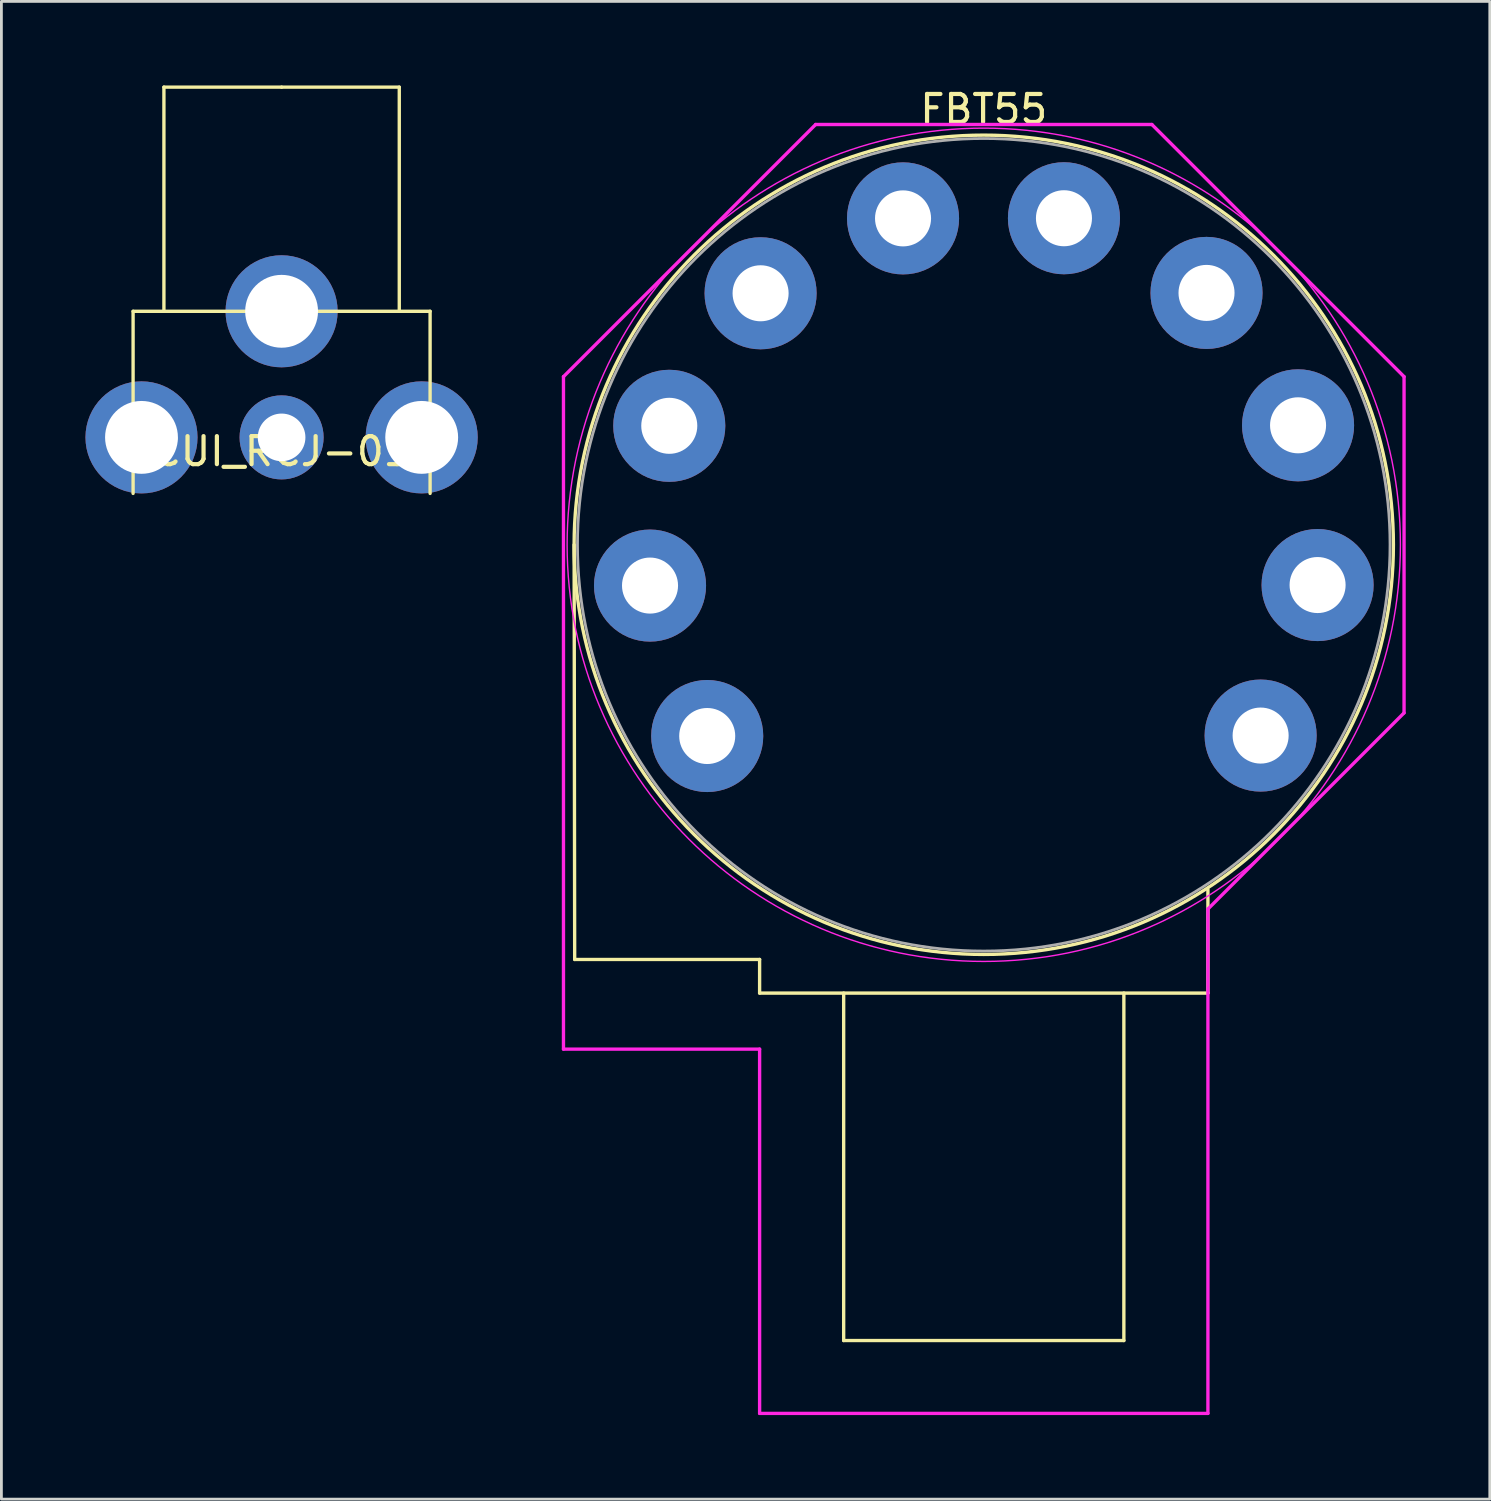
<source format=kicad_pcb>
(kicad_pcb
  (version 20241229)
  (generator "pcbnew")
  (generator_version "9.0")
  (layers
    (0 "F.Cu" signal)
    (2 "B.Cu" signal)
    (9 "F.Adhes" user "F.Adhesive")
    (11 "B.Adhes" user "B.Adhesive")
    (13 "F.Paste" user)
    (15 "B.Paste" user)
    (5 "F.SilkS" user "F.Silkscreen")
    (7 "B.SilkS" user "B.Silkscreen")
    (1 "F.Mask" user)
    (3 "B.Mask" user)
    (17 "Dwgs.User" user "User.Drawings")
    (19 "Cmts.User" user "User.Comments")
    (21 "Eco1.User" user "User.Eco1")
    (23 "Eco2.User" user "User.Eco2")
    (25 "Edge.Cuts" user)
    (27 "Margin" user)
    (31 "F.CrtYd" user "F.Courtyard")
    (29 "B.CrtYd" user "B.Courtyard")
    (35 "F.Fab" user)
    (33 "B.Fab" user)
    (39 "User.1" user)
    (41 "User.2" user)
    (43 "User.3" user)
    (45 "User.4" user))
  (footprint "CUI_RCJ-01"
    (layer "F.Cu")
    (at 7 12.56)
    (property "Reference" "CUI_RCJ-01" (at 0 0.5 0) (layer "F.SilkS") (effects (font (size 1 1) (thickness 0.15))))
    (attr through_hole)
    (fp_line (start -5.3 -4.5) (end -5.3 2) (stroke (width 0.12) (type solid)) (layer "F.SilkS"))
    (fp_line (start -4.2 -12.5) (end -4.2 -4.5) (stroke (width 0.12) (type solid)) (layer "F.SilkS"))
    (fp_line (start 0 -12.5) (end -4.2 -12.5) (stroke (width 0.12) (type solid)) (layer "F.SilkS"))
    (fp_line (start 0 -12.5) (end 4.2 -12.5) (stroke (width 0.12) (type solid)) (layer "F.SilkS"))
    (fp_line (start 0 -4.5) (end -5.3 -4.5) (stroke (width 0.12) (type solid)) (layer "F.SilkS"))
    (fp_line (start 0 -4.5) (end 5.3 -4.5) (stroke (width 0.12) (type solid)) (layer "F.SilkS"))
    (fp_line (start 4.2 -12.5) (end 4.2 -4.5) (stroke (width 0.12) (type solid)) (layer "F.SilkS"))
    (fp_line (start 5.3 -4.5) (end 5.3 2) (stroke (width 0.12) (type solid)) (layer "F.SilkS"))
    (pad "1" thru_hole circle (at 0 0) (size 3 3) (drill 1.7) (layers "*.Cu" "*.Mask"))
    (pad "2" thru_hole circle (at -5 0) (size 4 4) (drill 2.6) (layers "*.Cu" "*.Mask"))
    (pad "2" thru_hole circle (at 0 -4.5) (size 4 4) (drill 2.6) (layers "*.Cu" "*.Mask"))
    (pad "2" thru_hole circle (at 5 0) (size 4 4) (drill 2.6) (layers "*.Cu" "*.Mask")))
  (footprint "FBT55"
    (layer "F.Cu")
    (at 32.06 16.393)
    (property "Reference" "FBT55" (at 0 -15.545 0) (layer "F.SilkS") (effects (font (size 1 1) (thickness 0.15))))
    (attr through_hole)
    (fp_line (start -14.62 0) (end -14.6 14.8) (stroke (width 0.12) (type solid)) (layer "F.SilkS"))
    (fp_line (start -14.6 14.8) (end -8 14.8) (stroke (width 0.12) (type solid)) (layer "F.SilkS"))
    (fp_line (start -8 16) (end -8 14.8) (stroke (width 0.12) (type solid)) (layer "F.SilkS"))
    (fp_line (start -5 28.4) (end -5 16) (stroke (width 0.12) (type solid)) (layer "F.SilkS"))
    (fp_line (start -5 28.4) (end 5 28.4) (stroke (width 0.12) (type solid)) (layer "F.SilkS"))
    (fp_line (start 5 28.4) (end 5 16) (stroke (width 0.12) (type solid)) (layer "F.SilkS"))
    (fp_line (start 8 16) (end -8 16) (stroke (width 0.12) (type solid)) (layer "F.SilkS"))
    (fp_line (start 8 16) (end 8 12.3) (stroke (width 0.12) (type solid)) (layer "F.SilkS"))
    (fp_circle (center 0 0) (end 0 14.62) (stroke (width 0.12) (type solid)) (fill no) (layer "F.SilkS"))
    (fp_line (start -15 -6) (end -6 -15) (stroke (width 0.12) (type solid)) (layer "F.CrtYd"))
    (fp_line (start -15 18) (end -15 -6) (stroke (width 0.12) (type solid)) (layer "F.CrtYd"))
    (fp_line (start -8 18) (end -15 18) (stroke (width 0.12) (type solid)) (layer "F.CrtYd"))
    (fp_line (start -8 31) (end -8 18) (stroke (width 0.12) (type solid)) (layer "F.CrtYd"))
    (fp_line (start -6 -15) (end 6 -15) (stroke (width 0.12) (type solid)) (layer "F.CrtYd"))
    (fp_line (start 6 -15) (end 15 -6) (stroke (width 0.12) (type solid)) (layer "F.CrtYd"))
    (fp_line (start 8 13) (end 8 31) (stroke (width 0.12) (type solid)) (layer "F.CrtYd"))
    (fp_line (start 8 31) (end -8 31) (stroke (width 0.12) (type solid)) (layer "F.CrtYd"))
    (fp_line (start 15 -6) (end 15 6) (stroke (width 0.12) (type solid)) (layer "F.CrtYd"))
    (fp_line (start 15 6) (end 8 13) (stroke (width 0.12) (type solid)) (layer "F.CrtYd"))
    (fp_circle (center 0 0) (end 0 14.87) (stroke (width 0.05) (type solid)) (fill no) (layer "F.CrtYd"))
    (fp_circle (center 0 0) (end 0 14.5) (stroke (width 0.1) (type solid)) (fill no) (layer "F.Fab"))
    (pad "1" thru_hole oval (at 9.881 6.809) (size 4 4) (drill 2) (layers "*.Cu" "*.Mask"))
    (pad "2" thru_hole oval (at 11.914 1.437) (size 4 4) (drill 2) (layers "*.Cu" "*.Mask"))
    (pad "3" thru_hole oval (at 11.217 -4.264) (size 4 4) (drill 2) (layers "*.Cu" "*.Mask"))
    (pad "4" thru_hole oval (at 7.95 -8.989) (size 4 4) (drill 2) (layers "*.Cu" "*.Mask"))
    (pad "5" thru_hole oval (at 2.862 -11.654) (size 4 4) (drill 2) (layers "*.Cu" "*.Mask"))
    (pad "6" thru_hole oval (at -2.881 -11.649) (size 4 4) (drill 2) (layers "*.Cu" "*.Mask"))
    (pad "7" thru_hole oval (at -7.965 -8.976) (size 4 4) (drill 2) (layers "*.Cu" "*.Mask"))
    (pad "8" thru_hole oval (at -11.224 -4.246) (size 4 4) (drill 2) (layers "*.Cu" "*.Mask"))
    (pad "9" thru_hole oval (at -11.911 1.456) (size 4 4) (drill 2) (layers "*.Cu" "*.Mask"))
    (pad "10" thru_hole oval (at -9.87 6.825) (size 4 4) (drill 2) (layers "*.Cu" "*.Mask")))
  (gr_rect
    (start -3 -3)
    (end 50.12 50.453)
    (stroke (width 0.1) (type default))
    (fill no)
    (layer "Edge.Cuts")))
</source>
